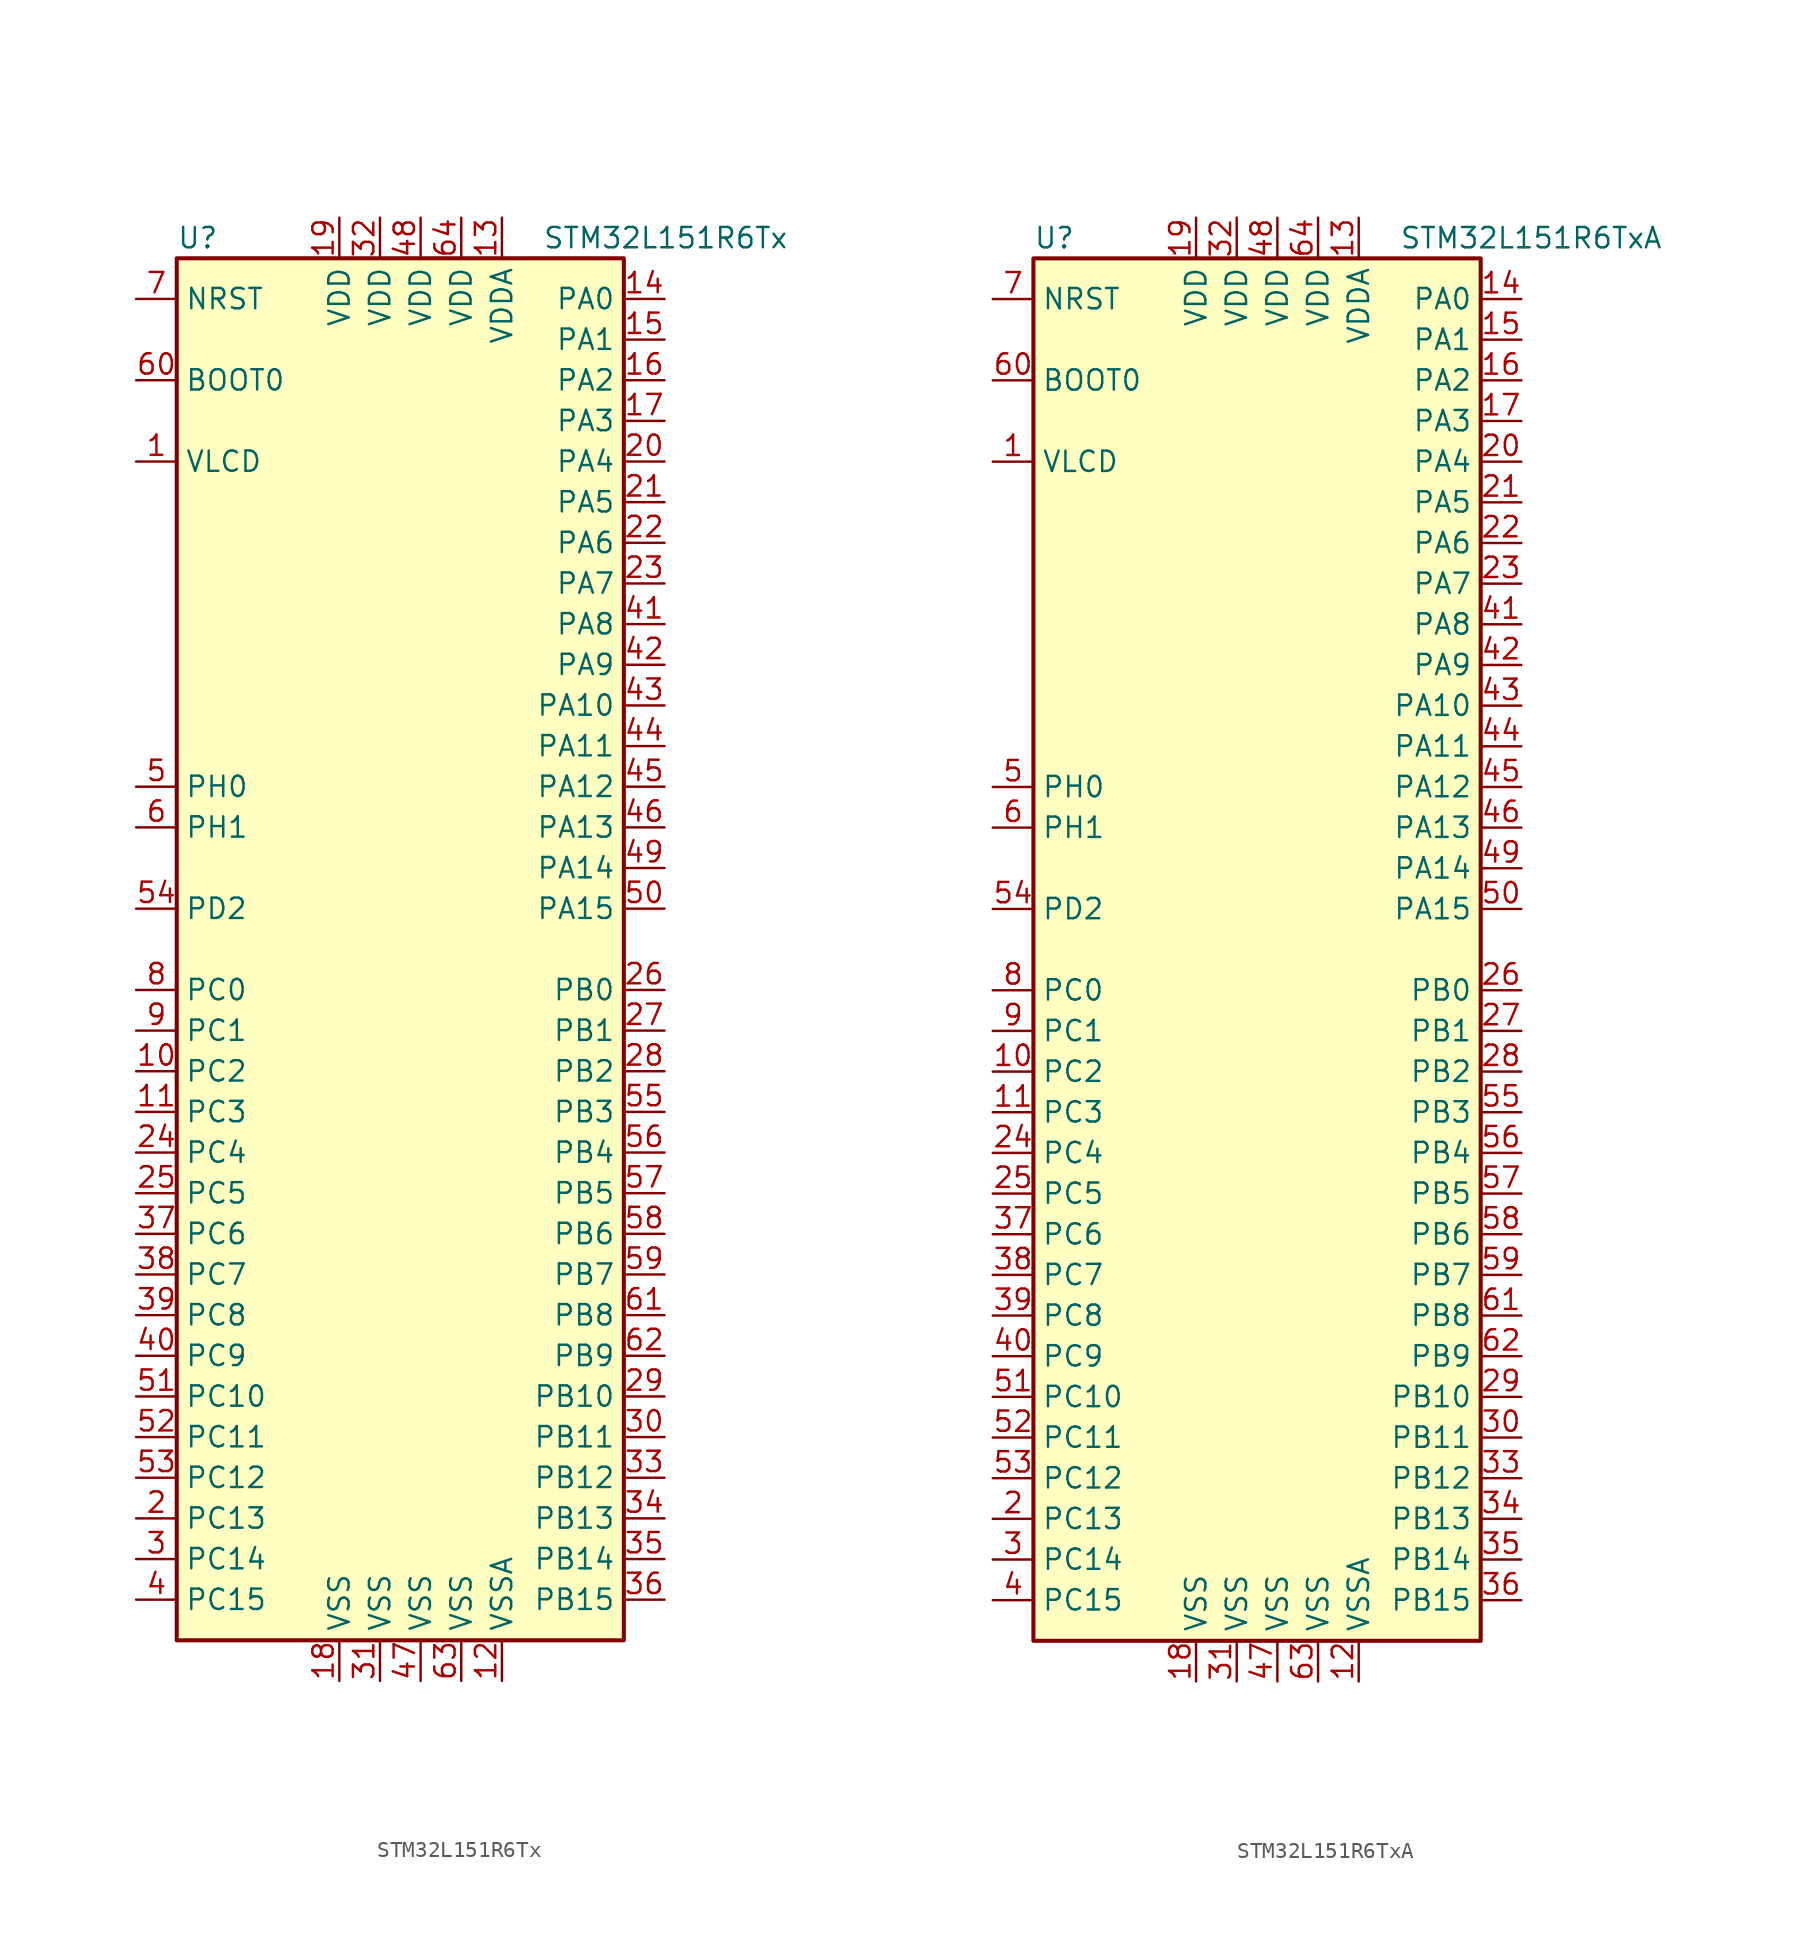
<source format=kicad_sym>
(kicad_symbol_lib
  (version 20201005)
  (generator kicad_symbol_editor)
  (symbol "MCU_ST_STM32L1:STM32L151R6Tx"
    (property "Reference" "U"
      (at -15.24 44.45 0)
      (effects (font (size 1.27 1.27)) (justify left)))
    (property "Value" "STM32L151R6Tx"
      (at 7.62 44.45 0)
      (effects (font (size 1.27 1.27)) (justify left)))
    (symbol "STM32L151R6Tx_0_1"
      (rectangle (start -15.24 -43.18) (end 12.7 43.18) (stroke (width 0.254)) (fill (type background))))
    (symbol "STM32L151R6Tx_1_1"
      (pin input line (at -17.78 35.56 0) (length 2.54) (name "BOOT0" (effects (font (size 1.27 1.27)))) (number "60" (effects (font (size 1.27 1.27)))))
      (pin input line (at -17.78 40.64 0) (length 2.54) (name "NRST" (effects (font (size 1.27 1.27)))) (number "7" (effects (font (size 1.27 1.27)))))
      (pin bidirectional line (at 15.24 40.64 180) (length 2.54) (name "PA0" (effects (font (size 1.27 1.27)))) (number "14" (effects (font (size 1.27 1.27)))))
      (pin bidirectional line (at 15.24 38.1 180) (length 2.54) (name "PA1" (effects (font (size 1.27 1.27)))) (number "15" (effects (font (size 1.27 1.27)))))
      (pin bidirectional line (at 15.24 15.24 180) (length 2.54) (name "PA10" (effects (font (size 1.27 1.27)))) (number "43" (effects (font (size 1.27 1.27)))))
      (pin bidirectional line (at 15.24 12.7 180) (length 2.54) (name "PA11" (effects (font (size 1.27 1.27)))) (number "44" (effects (font (size 1.27 1.27)))))
      (pin bidirectional line (at 15.24 10.16 180) (length 2.54) (name "PA12" (effects (font (size 1.27 1.27)))) (number "45" (effects (font (size 1.27 1.27)))))
      (pin bidirectional line (at 15.24 7.62 180) (length 2.54) (name "PA13" (effects (font (size 1.27 1.27)))) (number "46" (effects (font (size 1.27 1.27)))))
      (pin bidirectional line (at 15.24 5.08 180) (length 2.54) (name "PA14" (effects (font (size 1.27 1.27)))) (number "49" (effects (font (size 1.27 1.27)))))
      (pin bidirectional line (at 15.24 2.54 180) (length 2.54) (name "PA15" (effects (font (size 1.27 1.27)))) (number "50" (effects (font (size 1.27 1.27)))))
      (pin bidirectional line (at 15.24 35.56 180) (length 2.54) (name "PA2" (effects (font (size 1.27 1.27)))) (number "16" (effects (font (size 1.27 1.27)))))
      (pin bidirectional line (at 15.24 33.02 180) (length 2.54) (name "PA3" (effects (font (size 1.27 1.27)))) (number "17" (effects (font (size 1.27 1.27)))))
      (pin bidirectional line (at 15.24 30.48 180) (length 2.54) (name "PA4" (effects (font (size 1.27 1.27)))) (number "20" (effects (font (size 1.27 1.27)))))
      (pin bidirectional line (at 15.24 27.94 180) (length 2.54) (name "PA5" (effects (font (size 1.27 1.27)))) (number "21" (effects (font (size 1.27 1.27)))))
      (pin bidirectional line (at 15.24 25.4 180) (length 2.54) (name "PA6" (effects (font (size 1.27 1.27)))) (number "22" (effects (font (size 1.27 1.27)))))
      (pin bidirectional line (at 15.24 22.86 180) (length 2.54) (name "PA7" (effects (font (size 1.27 1.27)))) (number "23" (effects (font (size 1.27 1.27)))))
      (pin bidirectional line (at 15.24 20.32 180) (length 2.54) (name "PA8" (effects (font (size 1.27 1.27)))) (number "41" (effects (font (size 1.27 1.27)))))
      (pin bidirectional line (at 15.24 17.78 180) (length 2.54) (name "PA9" (effects (font (size 1.27 1.27)))) (number "42" (effects (font (size 1.27 1.27)))))
      (pin bidirectional line (at 15.24 -2.54 180) (length 2.54) (name "PB0" (effects (font (size 1.27 1.27)))) (number "26" (effects (font (size 1.27 1.27)))))
      (pin bidirectional line (at 15.24 -5.08 180) (length 2.54) (name "PB1" (effects (font (size 1.27 1.27)))) (number "27" (effects (font (size 1.27 1.27)))))
      (pin bidirectional line (at 15.24 -27.94 180) (length 2.54) (name "PB10" (effects (font (size 1.27 1.27)))) (number "29" (effects (font (size 1.27 1.27)))))
      (pin bidirectional line (at 15.24 -30.48 180) (length 2.54) (name "PB11" (effects (font (size 1.27 1.27)))) (number "30" (effects (font (size 1.27 1.27)))))
      (pin bidirectional line (at 15.24 -33.02 180) (length 2.54) (name "PB12" (effects (font (size 1.27 1.27)))) (number "33" (effects (font (size 1.27 1.27)))))
      (pin bidirectional line (at 15.24 -35.56 180) (length 2.54) (name "PB13" (effects (font (size 1.27 1.27)))) (number "34" (effects (font (size 1.27 1.27)))))
      (pin bidirectional line (at 15.24 -38.1 180) (length 2.54) (name "PB14" (effects (font (size 1.27 1.27)))) (number "35" (effects (font (size 1.27 1.27)))))
      (pin bidirectional line (at 15.24 -40.64 180) (length 2.54) (name "PB15" (effects (font (size 1.27 1.27)))) (number "36" (effects (font (size 1.27 1.27)))))
      (pin bidirectional line (at 15.24 -7.62 180) (length 2.54) (name "PB2" (effects (font (size 1.27 1.27)))) (number "28" (effects (font (size 1.27 1.27)))))
      (pin bidirectional line (at 15.24 -10.16 180) (length 2.54) (name "PB3" (effects (font (size 1.27 1.27)))) (number "55" (effects (font (size 1.27 1.27)))))
      (pin bidirectional line (at 15.24 -12.7 180) (length 2.54) (name "PB4" (effects (font (size 1.27 1.27)))) (number "56" (effects (font (size 1.27 1.27)))))
      (pin bidirectional line (at 15.24 -15.24 180) (length 2.54) (name "PB5" (effects (font (size 1.27 1.27)))) (number "57" (effects (font (size 1.27 1.27)))))
      (pin bidirectional line (at 15.24 -17.78 180) (length 2.54) (name "PB6" (effects (font (size 1.27 1.27)))) (number "58" (effects (font (size 1.27 1.27)))))
      (pin bidirectional line (at 15.24 -20.32 180) (length 2.54) (name "PB7" (effects (font (size 1.27 1.27)))) (number "59" (effects (font (size 1.27 1.27)))))
      (pin bidirectional line (at 15.24 -22.86 180) (length 2.54) (name "PB8" (effects (font (size 1.27 1.27)))) (number "61" (effects (font (size 1.27 1.27)))))
      (pin bidirectional line (at 15.24 -25.4 180) (length 2.54) (name "PB9" (effects (font (size 1.27 1.27)))) (number "62" (effects (font (size 1.27 1.27)))))
      (pin bidirectional line (at -17.78 -2.54 0) (length 2.54) (name "PC0" (effects (font (size 1.27 1.27)))) (number "8" (effects (font (size 1.27 1.27)))))
      (pin bidirectional line (at -17.78 -5.08 0) (length 2.54) (name "PC1" (effects (font (size 1.27 1.27)))) (number "9" (effects (font (size 1.27 1.27)))))
      (pin bidirectional line (at -17.78 -27.94 0) (length 2.54) (name "PC10" (effects (font (size 1.27 1.27)))) (number "51" (effects (font (size 1.27 1.27)))))
      (pin bidirectional line (at -17.78 -30.48 0) (length 2.54) (name "PC11" (effects (font (size 1.27 1.27)))) (number "52" (effects (font (size 1.27 1.27)))))
      (pin bidirectional line (at -17.78 -33.02 0) (length 2.54) (name "PC12" (effects (font (size 1.27 1.27)))) (number "53" (effects (font (size 1.27 1.27)))))
      (pin bidirectional line (at -17.78 -35.56 0) (length 2.54) (name "PC13" (effects (font (size 1.27 1.27)))) (number "2" (effects (font (size 1.27 1.27)))))
      (pin bidirectional line (at -17.78 -38.1 0) (length 2.54) (name "PC14" (effects (font (size 1.27 1.27)))) (number "3" (effects (font (size 1.27 1.27)))))
      (pin bidirectional line (at -17.78 -40.64 0) (length 2.54) (name "PC15" (effects (font (size 1.27 1.27)))) (number "4" (effects (font (size 1.27 1.27)))))
      (pin bidirectional line (at -17.78 -7.62 0) (length 2.54) (name "PC2" (effects (font (size 1.27 1.27)))) (number "10" (effects (font (size 1.27 1.27)))))
      (pin bidirectional line (at -17.78 -10.16 0) (length 2.54) (name "PC3" (effects (font (size 1.27 1.27)))) (number "11" (effects (font (size 1.27 1.27)))))
      (pin bidirectional line (at -17.78 -12.7 0) (length 2.54) (name "PC4" (effects (font (size 1.27 1.27)))) (number "24" (effects (font (size 1.27 1.27)))))
      (pin bidirectional line (at -17.78 -15.24 0) (length 2.54) (name "PC5" (effects (font (size 1.27 1.27)))) (number "25" (effects (font (size 1.27 1.27)))))
      (pin bidirectional line (at -17.78 -17.78 0) (length 2.54) (name "PC6" (effects (font (size 1.27 1.27)))) (number "37" (effects (font (size 1.27 1.27)))))
      (pin bidirectional line (at -17.78 -20.32 0) (length 2.54) (name "PC7" (effects (font (size 1.27 1.27)))) (number "38" (effects (font (size 1.27 1.27)))))
      (pin bidirectional line (at -17.78 -22.86 0) (length 2.54) (name "PC8" (effects (font (size 1.27 1.27)))) (number "39" (effects (font (size 1.27 1.27)))))
      (pin bidirectional line (at -17.78 -25.4 0) (length 2.54) (name "PC9" (effects (font (size 1.27 1.27)))) (number "40" (effects (font (size 1.27 1.27)))))
      (pin bidirectional line (at -17.78 2.54 0) (length 2.54) (name "PD2" (effects (font (size 1.27 1.27)))) (number "54" (effects (font (size 1.27 1.27)))))
      (pin input line (at -17.78 10.16 0) (length 2.54) (name "PH0" (effects (font (size 1.27 1.27)))) (number "5" (effects (font (size 1.27 1.27)))))
      (pin input line (at -17.78 7.62 0) (length 2.54) (name "PH1" (effects (font (size 1.27 1.27)))) (number "6" (effects (font (size 1.27 1.27)))))
      (pin power_in line (at -5.08 45.72 270) (length 2.54) (name "VDD" (effects (font (size 1.27 1.27)))) (number "19" (effects (font (size 1.27 1.27)))))
      (pin power_in line (at -2.54 45.72 270) (length 2.54) (name "VDD" (effects (font (size 1.27 1.27)))) (number "32" (effects (font (size 1.27 1.27)))))
      (pin power_in line (at 0 45.72 270) (length 2.54) (name "VDD" (effects (font (size 1.27 1.27)))) (number "48" (effects (font (size 1.27 1.27)))))
      (pin power_in line (at 2.54 45.72 270) (length 2.54) (name "VDD" (effects (font (size 1.27 1.27)))) (number "64" (effects (font (size 1.27 1.27)))))
      (pin power_in line (at 5.08 45.72 270) (length 2.54) (name "VDDA" (effects (font (size 1.27 1.27)))) (number "13" (effects (font (size 1.27 1.27)))))
      (pin power_in line (at -17.78 30.48 0) (length 2.54) (name "VLCD" (effects (font (size 1.27 1.27)))) (number "1" (effects (font (size 1.27 1.27)))))
      (pin power_in line (at -5.08 -45.72 90) (length 2.54) (name "VSS" (effects (font (size 1.27 1.27)))) (number "18" (effects (font (size 1.27 1.27)))))
      (pin power_in line (at -2.54 -45.72 90) (length 2.54) (name "VSS" (effects (font (size 1.27 1.27)))) (number "31" (effects (font (size 1.27 1.27)))))
      (pin power_in line (at 0 -45.72 90) (length 2.54) (name "VSS" (effects (font (size 1.27 1.27)))) (number "47" (effects (font (size 1.27 1.27)))))
      (pin power_in line (at 2.54 -45.72 90) (length 2.54) (name "VSS" (effects (font (size 1.27 1.27)))) (number "63" (effects (font (size 1.27 1.27)))))
      (pin power_in line (at 5.08 -45.72 90) (length 2.54) (name "VSSA" (effects (font (size 1.27 1.27)))) (number "12" (effects (font (size 1.27 1.27)))))))
  (symbol "MCU_ST_STM32L1:STM32L151R6TxA"
    (property "Reference" "U"
      (at -15.24 44.45 0)
      (effects (font (size 1.27 1.27)) (justify left)))
    (property "Value" "STM32L151R6TxA"
      (at 7.62 44.45 0)
      (effects (font (size 1.27 1.27)) (justify left)))
    (symbol "STM32L151R6TxA_0_1"
      (rectangle (start -15.24 -43.18) (end 12.7 43.18) (stroke (width 0.254)) (fill (type background))))
    (symbol "STM32L151R6TxA_1_1"
      (pin input line (at -17.78 35.56 0) (length 2.54) (name "BOOT0" (effects (font (size 1.27 1.27)))) (number "60" (effects (font (size 1.27 1.27)))))
      (pin input line (at -17.78 40.64 0) (length 2.54) (name "NRST" (effects (font (size 1.27 1.27)))) (number "7" (effects (font (size 1.27 1.27)))))
      (pin bidirectional line (at 15.24 40.64 180) (length 2.54) (name "PA0" (effects (font (size 1.27 1.27)))) (number "14" (effects (font (size 1.27 1.27)))))
      (pin bidirectional line (at 15.24 38.1 180) (length 2.54) (name "PA1" (effects (font (size 1.27 1.27)))) (number "15" (effects (font (size 1.27 1.27)))))
      (pin bidirectional line (at 15.24 15.24 180) (length 2.54) (name "PA10" (effects (font (size 1.27 1.27)))) (number "43" (effects (font (size 1.27 1.27)))))
      (pin bidirectional line (at 15.24 12.7 180) (length 2.54) (name "PA11" (effects (font (size 1.27 1.27)))) (number "44" (effects (font (size 1.27 1.27)))))
      (pin bidirectional line (at 15.24 10.16 180) (length 2.54) (name "PA12" (effects (font (size 1.27 1.27)))) (number "45" (effects (font (size 1.27 1.27)))))
      (pin bidirectional line (at 15.24 7.62 180) (length 2.54) (name "PA13" (effects (font (size 1.27 1.27)))) (number "46" (effects (font (size 1.27 1.27)))))
      (pin bidirectional line (at 15.24 5.08 180) (length 2.54) (name "PA14" (effects (font (size 1.27 1.27)))) (number "49" (effects (font (size 1.27 1.27)))))
      (pin bidirectional line (at 15.24 2.54 180) (length 2.54) (name "PA15" (effects (font (size 1.27 1.27)))) (number "50" (effects (font (size 1.27 1.27)))))
      (pin bidirectional line (at 15.24 35.56 180) (length 2.54) (name "PA2" (effects (font (size 1.27 1.27)))) (number "16" (effects (font (size 1.27 1.27)))))
      (pin bidirectional line (at 15.24 33.02 180) (length 2.54) (name "PA3" (effects (font (size 1.27 1.27)))) (number "17" (effects (font (size 1.27 1.27)))))
      (pin bidirectional line (at 15.24 30.48 180) (length 2.54) (name "PA4" (effects (font (size 1.27 1.27)))) (number "20" (effects (font (size 1.27 1.27)))))
      (pin bidirectional line (at 15.24 27.94 180) (length 2.54) (name "PA5" (effects (font (size 1.27 1.27)))) (number "21" (effects (font (size 1.27 1.27)))))
      (pin bidirectional line (at 15.24 25.4 180) (length 2.54) (name "PA6" (effects (font (size 1.27 1.27)))) (number "22" (effects (font (size 1.27 1.27)))))
      (pin bidirectional line (at 15.24 22.86 180) (length 2.54) (name "PA7" (effects (font (size 1.27 1.27)))) (number "23" (effects (font (size 1.27 1.27)))))
      (pin bidirectional line (at 15.24 20.32 180) (length 2.54) (name "PA8" (effects (font (size 1.27 1.27)))) (number "41" (effects (font (size 1.27 1.27)))))
      (pin bidirectional line (at 15.24 17.78 180) (length 2.54) (name "PA9" (effects (font (size 1.27 1.27)))) (number "42" (effects (font (size 1.27 1.27)))))
      (pin bidirectional line (at 15.24 -2.54 180) (length 2.54) (name "PB0" (effects (font (size 1.27 1.27)))) (number "26" (effects (font (size 1.27 1.27)))))
      (pin bidirectional line (at 15.24 -5.08 180) (length 2.54) (name "PB1" (effects (font (size 1.27 1.27)))) (number "27" (effects (font (size 1.27 1.27)))))
      (pin bidirectional line (at 15.24 -27.94 180) (length 2.54) (name "PB10" (effects (font (size 1.27 1.27)))) (number "29" (effects (font (size 1.27 1.27)))))
      (pin bidirectional line (at 15.24 -30.48 180) (length 2.54) (name "PB11" (effects (font (size 1.27 1.27)))) (number "30" (effects (font (size 1.27 1.27)))))
      (pin bidirectional line (at 15.24 -33.02 180) (length 2.54) (name "PB12" (effects (font (size 1.27 1.27)))) (number "33" (effects (font (size 1.27 1.27)))))
      (pin bidirectional line (at 15.24 -35.56 180) (length 2.54) (name "PB13" (effects (font (size 1.27 1.27)))) (number "34" (effects (font (size 1.27 1.27)))))
      (pin bidirectional line (at 15.24 -38.1 180) (length 2.54) (name "PB14" (effects (font (size 1.27 1.27)))) (number "35" (effects (font (size 1.27 1.27)))))
      (pin bidirectional line (at 15.24 -40.64 180) (length 2.54) (name "PB15" (effects (font (size 1.27 1.27)))) (number "36" (effects (font (size 1.27 1.27)))))
      (pin bidirectional line (at 15.24 -7.62 180) (length 2.54) (name "PB2" (effects (font (size 1.27 1.27)))) (number "28" (effects (font (size 1.27 1.27)))))
      (pin bidirectional line (at 15.24 -10.16 180) (length 2.54) (name "PB3" (effects (font (size 1.27 1.27)))) (number "55" (effects (font (size 1.27 1.27)))))
      (pin bidirectional line (at 15.24 -12.7 180) (length 2.54) (name "PB4" (effects (font (size 1.27 1.27)))) (number "56" (effects (font (size 1.27 1.27)))))
      (pin bidirectional line (at 15.24 -15.24 180) (length 2.54) (name "PB5" (effects (font (size 1.27 1.27)))) (number "57" (effects (font (size 1.27 1.27)))))
      (pin bidirectional line (at 15.24 -17.78 180) (length 2.54) (name "PB6" (effects (font (size 1.27 1.27)))) (number "58" (effects (font (size 1.27 1.27)))))
      (pin bidirectional line (at 15.24 -20.32 180) (length 2.54) (name "PB7" (effects (font (size 1.27 1.27)))) (number "59" (effects (font (size 1.27 1.27)))))
      (pin bidirectional line (at 15.24 -22.86 180) (length 2.54) (name "PB8" (effects (font (size 1.27 1.27)))) (number "61" (effects (font (size 1.27 1.27)))))
      (pin bidirectional line (at 15.24 -25.4 180) (length 2.54) (name "PB9" (effects (font (size 1.27 1.27)))) (number "62" (effects (font (size 1.27 1.27)))))
      (pin bidirectional line (at -17.78 -2.54 0) (length 2.54) (name "PC0" (effects (font (size 1.27 1.27)))) (number "8" (effects (font (size 1.27 1.27)))))
      (pin bidirectional line (at -17.78 -5.08 0) (length 2.54) (name "PC1" (effects (font (size 1.27 1.27)))) (number "9" (effects (font (size 1.27 1.27)))))
      (pin bidirectional line (at -17.78 -27.94 0) (length 2.54) (name "PC10" (effects (font (size 1.27 1.27)))) (number "51" (effects (font (size 1.27 1.27)))))
      (pin bidirectional line (at -17.78 -30.48 0) (length 2.54) (name "PC11" (effects (font (size 1.27 1.27)))) (number "52" (effects (font (size 1.27 1.27)))))
      (pin bidirectional line (at -17.78 -33.02 0) (length 2.54) (name "PC12" (effects (font (size 1.27 1.27)))) (number "53" (effects (font (size 1.27 1.27)))))
      (pin bidirectional line (at -17.78 -35.56 0) (length 2.54) (name "PC13" (effects (font (size 1.27 1.27)))) (number "2" (effects (font (size 1.27 1.27)))))
      (pin bidirectional line (at -17.78 -38.1 0) (length 2.54) (name "PC14" (effects (font (size 1.27 1.27)))) (number "3" (effects (font (size 1.27 1.27)))))
      (pin bidirectional line (at -17.78 -40.64 0) (length 2.54) (name "PC15" (effects (font (size 1.27 1.27)))) (number "4" (effects (font (size 1.27 1.27)))))
      (pin bidirectional line (at -17.78 -7.62 0) (length 2.54) (name "PC2" (effects (font (size 1.27 1.27)))) (number "10" (effects (font (size 1.27 1.27)))))
      (pin bidirectional line (at -17.78 -10.16 0) (length 2.54) (name "PC3" (effects (font (size 1.27 1.27)))) (number "11" (effects (font (size 1.27 1.27)))))
      (pin bidirectional line (at -17.78 -12.7 0) (length 2.54) (name "PC4" (effects (font (size 1.27 1.27)))) (number "24" (effects (font (size 1.27 1.27)))))
      (pin bidirectional line (at -17.78 -15.24 0) (length 2.54) (name "PC5" (effects (font (size 1.27 1.27)))) (number "25" (effects (font (size 1.27 1.27)))))
      (pin bidirectional line (at -17.78 -17.78 0) (length 2.54) (name "PC6" (effects (font (size 1.27 1.27)))) (number "37" (effects (font (size 1.27 1.27)))))
      (pin bidirectional line (at -17.78 -20.32 0) (length 2.54) (name "PC7" (effects (font (size 1.27 1.27)))) (number "38" (effects (font (size 1.27 1.27)))))
      (pin bidirectional line (at -17.78 -22.86 0) (length 2.54) (name "PC8" (effects (font (size 1.27 1.27)))) (number "39" (effects (font (size 1.27 1.27)))))
      (pin bidirectional line (at -17.78 -25.4 0) (length 2.54) (name "PC9" (effects (font (size 1.27 1.27)))) (number "40" (effects (font (size 1.27 1.27)))))
      (pin bidirectional line (at -17.78 2.54 0) (length 2.54) (name "PD2" (effects (font (size 1.27 1.27)))) (number "54" (effects (font (size 1.27 1.27)))))
      (pin input line (at -17.78 10.16 0) (length 2.54) (name "PH0" (effects (font (size 1.27 1.27)))) (number "5" (effects (font (size 1.27 1.27)))))
      (pin input line (at -17.78 7.62 0) (length 2.54) (name "PH1" (effects (font (size 1.27 1.27)))) (number "6" (effects (font (size 1.27 1.27)))))
      (pin power_in line (at -5.08 45.72 270) (length 2.54) (name "VDD" (effects (font (size 1.27 1.27)))) (number "19" (effects (font (size 1.27 1.27)))))
      (pin power_in line (at -2.54 45.72 270) (length 2.54) (name "VDD" (effects (font (size 1.27 1.27)))) (number "32" (effects (font (size 1.27 1.27)))))
      (pin power_in line (at 0 45.72 270) (length 2.54) (name "VDD" (effects (font (size 1.27 1.27)))) (number "48" (effects (font (size 1.27 1.27)))))
      (pin power_in line (at 2.54 45.72 270) (length 2.54) (name "VDD" (effects (font (size 1.27 1.27)))) (number "64" (effects (font (size 1.27 1.27)))))
      (pin power_in line (at 5.08 45.72 270) (length 2.54) (name "VDDA" (effects (font (size 1.27 1.27)))) (number "13" (effects (font (size 1.27 1.27)))))
      (pin power_in line (at -17.78 30.48 0) (length 2.54) (name "VLCD" (effects (font (size 1.27 1.27)))) (number "1" (effects (font (size 1.27 1.27)))))
      (pin power_in line (at -5.08 -45.72 90) (length 2.54) (name "VSS" (effects (font (size 1.27 1.27)))) (number "18" (effects (font (size 1.27 1.27)))))
      (pin power_in line (at -2.54 -45.72 90) (length 2.54) (name "VSS" (effects (font (size 1.27 1.27)))) (number "31" (effects (font (size 1.27 1.27)))))
      (pin power_in line (at 0 -45.72 90) (length 2.54) (name "VSS" (effects (font (size 1.27 1.27)))) (number "47" (effects (font (size 1.27 1.27)))))
      (pin power_in line (at 2.54 -45.72 90) (length 2.54) (name "VSS" (effects (font (size 1.27 1.27)))) (number "63" (effects (font (size 1.27 1.27)))))
      (pin power_in line (at 5.08 -45.72 90) (length 2.54) (name "VSSA" (effects (font (size 1.27 1.27)))) (number "12" (effects (font (size 1.27 1.27))))))))
</source>
